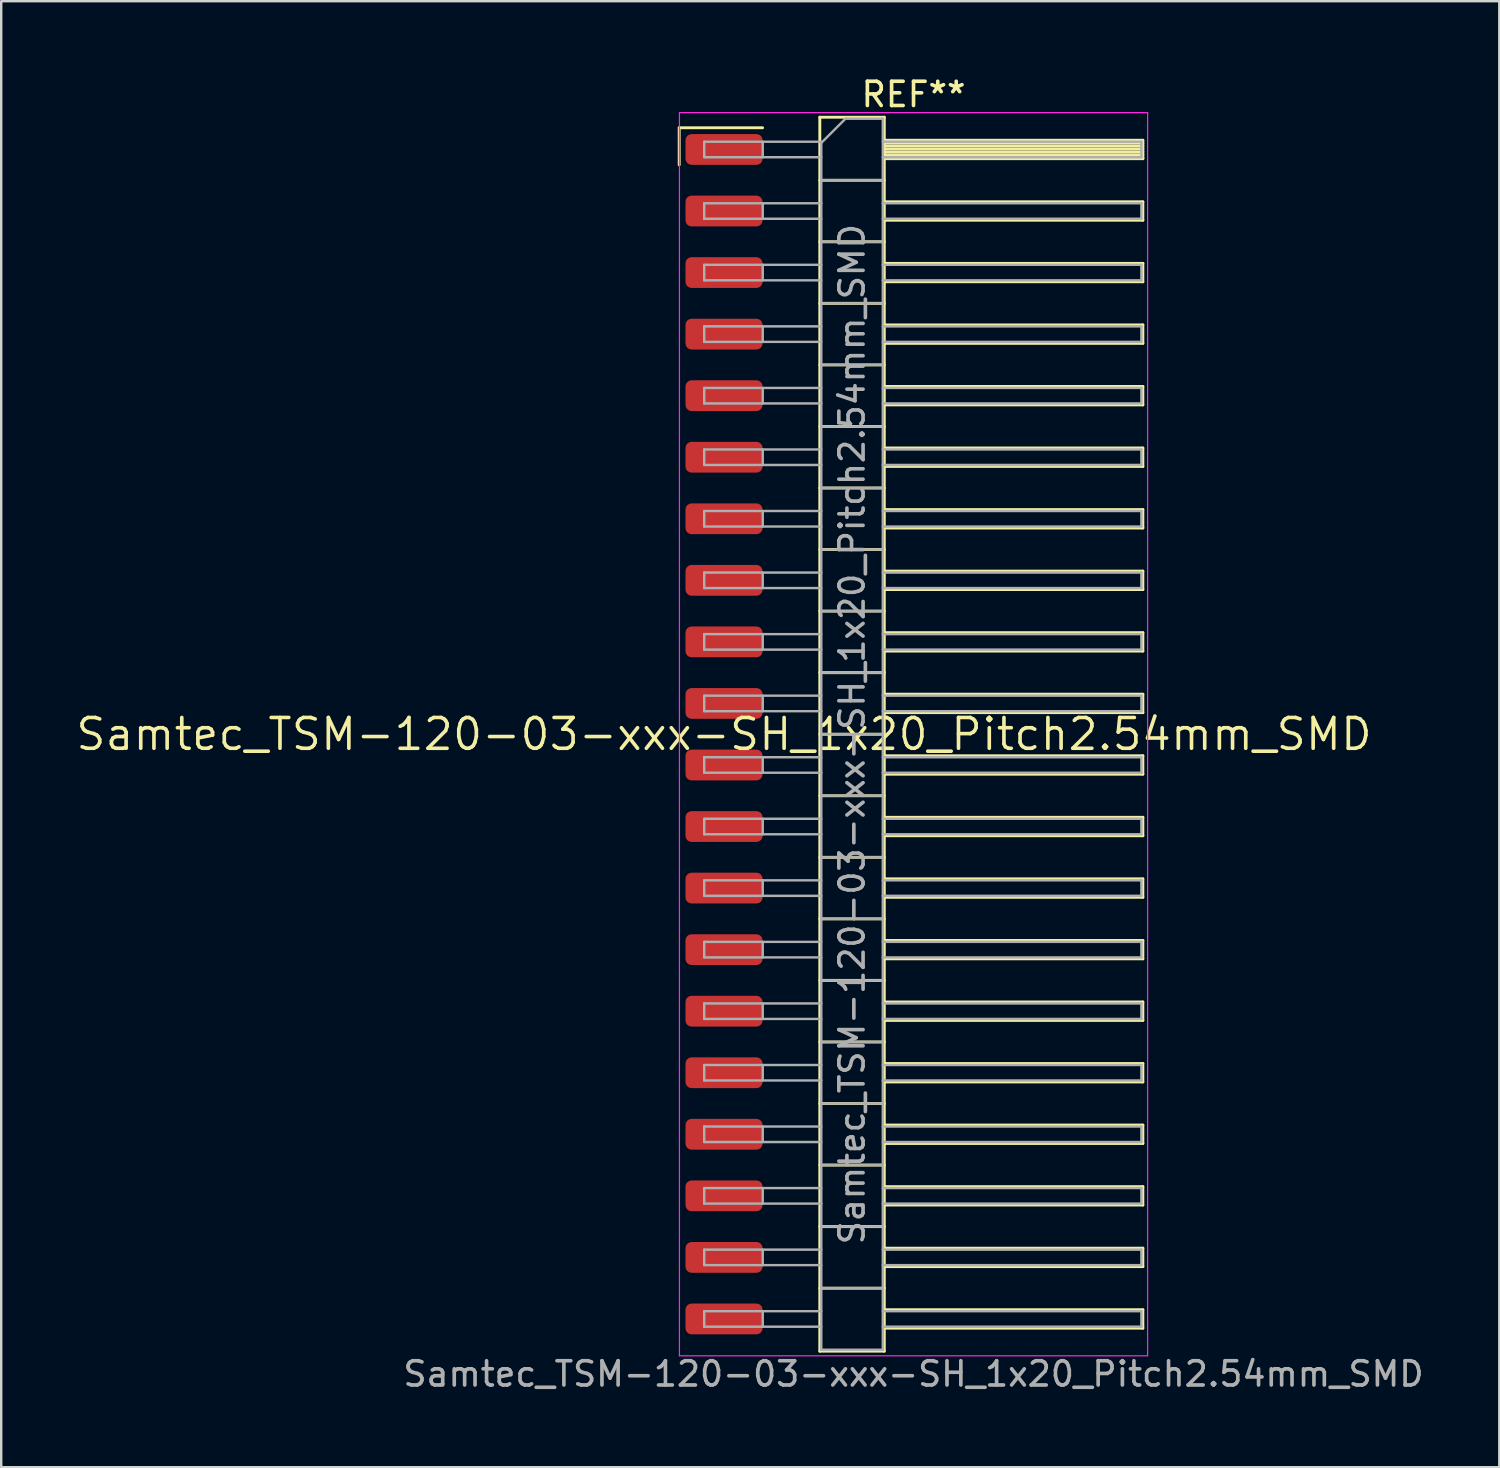
<source format=kicad_pcb>
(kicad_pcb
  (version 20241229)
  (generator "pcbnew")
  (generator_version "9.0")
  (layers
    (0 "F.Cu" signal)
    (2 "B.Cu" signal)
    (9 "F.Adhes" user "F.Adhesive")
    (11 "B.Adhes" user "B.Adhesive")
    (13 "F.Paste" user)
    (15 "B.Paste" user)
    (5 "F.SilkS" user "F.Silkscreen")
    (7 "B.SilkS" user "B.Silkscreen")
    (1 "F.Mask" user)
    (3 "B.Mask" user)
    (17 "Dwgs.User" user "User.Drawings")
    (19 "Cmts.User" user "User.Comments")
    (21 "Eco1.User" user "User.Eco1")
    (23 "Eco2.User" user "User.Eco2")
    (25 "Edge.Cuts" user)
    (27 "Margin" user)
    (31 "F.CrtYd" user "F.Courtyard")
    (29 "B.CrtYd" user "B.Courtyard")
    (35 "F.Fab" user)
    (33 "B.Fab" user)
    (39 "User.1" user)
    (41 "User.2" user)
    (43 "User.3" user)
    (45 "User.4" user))
  (footprint "Samtec_TSM-120-03-xxx-SH_1x20_Pitch2.54mm_SMD"
    (layer "F.Cu")
    (at 26.828 27.248)
    (property "Reference" "Samtec_TSM-120-03-xxx-SH_1x20_Pitch2.54mm_SMD" (at 0 0 0) (layer "F.SilkS") (effects (font (size 1.27 1.27) (thickness 0.15))))
    (attr smd)
    (fp_line (start -1.85 -25.025) (end 1.59 -25.025) (stroke (width 0.12) (type solid)) (layer "F.SilkS"))
    (fp_line (start -1.85 -23.495) (end -1.85 -25.025) (stroke (width 0.12) (type solid)) (layer "F.SilkS"))
    (fp_line (start 3.953 -25.46) (end 6.613 -25.46) (stroke (width 0.12) (type solid)) (layer "F.SilkS"))
    (fp_line (start 3.953 -22.86) (end 6.613 -22.86) (stroke (width 0.12) (type solid)) (layer "F.SilkS"))
    (fp_line (start 3.953 -20.32) (end 6.613 -20.32) (stroke (width 0.12) (type solid)) (layer "F.SilkS"))
    (fp_line (start 3.953 -17.78) (end 6.613 -17.78) (stroke (width 0.12) (type solid)) (layer "F.SilkS"))
    (fp_line (start 3.953 -15.24) (end 6.613 -15.24) (stroke (width 0.12) (type solid)) (layer "F.SilkS"))
    (fp_line (start 3.953 -12.7) (end 6.613 -12.7) (stroke (width 0.12) (type solid)) (layer "F.SilkS"))
    (fp_line (start 3.953 -10.16) (end 6.613 -10.16) (stroke (width 0.12) (type solid)) (layer "F.SilkS"))
    (fp_line (start 3.953 -7.62) (end 6.613 -7.62) (stroke (width 0.12) (type solid)) (layer "F.SilkS"))
    (fp_line (start 3.953 -5.08) (end 6.613 -5.08) (stroke (width 0.12) (type solid)) (layer "F.SilkS"))
    (fp_line (start 3.953 -2.54) (end 6.613 -2.54) (stroke (width 0.12) (type solid)) (layer "F.SilkS"))
    (fp_line (start 3.953 0) (end 6.613 0) (stroke (width 0.12) (type solid)) (layer "F.SilkS"))
    (fp_line (start 3.953 2.54) (end 6.613 2.54) (stroke (width 0.12) (type solid)) (layer "F.SilkS"))
    (fp_line (start 3.953 5.08) (end 6.613 5.08) (stroke (width 0.12) (type solid)) (layer "F.SilkS"))
    (fp_line (start 3.953 7.62) (end 6.613 7.62) (stroke (width 0.12) (type solid)) (layer "F.SilkS"))
    (fp_line (start 3.953 10.16) (end 6.613 10.16) (stroke (width 0.12) (type solid)) (layer "F.SilkS"))
    (fp_line (start 3.953 12.7) (end 6.613 12.7) (stroke (width 0.12) (type solid)) (layer "F.SilkS"))
    (fp_line (start 3.953 15.24) (end 6.613 15.24) (stroke (width 0.12) (type solid)) (layer "F.SilkS"))
    (fp_line (start 3.953 17.78) (end 6.613 17.78) (stroke (width 0.12) (type solid)) (layer "F.SilkS"))
    (fp_line (start 3.953 20.32) (end 6.613 20.32) (stroke (width 0.12) (type solid)) (layer "F.SilkS"))
    (fp_line (start 3.953 22.86) (end 6.613 22.86) (stroke (width 0.12) (type solid)) (layer "F.SilkS"))
    (fp_line (start 3.953 25.46) (end 3.953 -25.46) (stroke (width 0.12) (type solid)) (layer "F.SilkS"))
    (fp_line (start 6.613 -25.46) (end 6.613 25.46) (stroke (width 0.12) (type solid)) (layer "F.SilkS"))
    (fp_line (start 6.613 -24.51) (end 17.283 -24.51) (stroke (width 0.12) (type solid)) (layer "F.SilkS"))
    (fp_line (start 6.613 -24.39) (end 17.283 -24.39) (stroke (width 0.12) (type solid)) (layer "F.SilkS"))
    (fp_line (start 6.613 -24.27) (end 17.283 -24.27) (stroke (width 0.12) (type solid)) (layer "F.SilkS"))
    (fp_line (start 6.613 -24.15) (end 17.283 -24.15) (stroke (width 0.12) (type solid)) (layer "F.SilkS"))
    (fp_line (start 6.613 -24.03) (end 17.283 -24.03) (stroke (width 0.12) (type solid)) (layer "F.SilkS"))
    (fp_line (start 6.613 -23.91) (end 17.283 -23.91) (stroke (width 0.12) (type solid)) (layer "F.SilkS"))
    (fp_line (start 6.613 -23.79) (end 17.283 -23.79) (stroke (width 0.12) (type solid)) (layer "F.SilkS"))
    (fp_line (start 6.613 -23.75) (end 17.283 -23.75) (stroke (width 0.12) (type solid)) (layer "F.SilkS"))
    (fp_line (start 6.613 -21.97) (end 17.283 -21.97) (stroke (width 0.12) (type solid)) (layer "F.SilkS"))
    (fp_line (start 6.613 -21.21) (end 17.283 -21.21) (stroke (width 0.12) (type solid)) (layer "F.SilkS"))
    (fp_line (start 6.613 -19.43) (end 17.283 -19.43) (stroke (width 0.12) (type solid)) (layer "F.SilkS"))
    (fp_line (start 6.613 -18.67) (end 17.283 -18.67) (stroke (width 0.12) (type solid)) (layer "F.SilkS"))
    (fp_line (start 6.613 -16.89) (end 17.283 -16.89) (stroke (width 0.12) (type solid)) (layer "F.SilkS"))
    (fp_line (start 6.613 -16.13) (end 17.283 -16.13) (stroke (width 0.12) (type solid)) (layer "F.SilkS"))
    (fp_line (start 6.613 -14.35) (end 17.283 -14.35) (stroke (width 0.12) (type solid)) (layer "F.SilkS"))
    (fp_line (start 6.613 -13.59) (end 17.283 -13.59) (stroke (width 0.12) (type solid)) (layer "F.SilkS"))
    (fp_line (start 6.613 -11.81) (end 17.283 -11.81) (stroke (width 0.12) (type solid)) (layer "F.SilkS"))
    (fp_line (start 6.613 -11.05) (end 17.283 -11.05) (stroke (width 0.12) (type solid)) (layer "F.SilkS"))
    (fp_line (start 6.613 -9.27) (end 17.283 -9.27) (stroke (width 0.12) (type solid)) (layer "F.SilkS"))
    (fp_line (start 6.613 -8.51) (end 17.283 -8.51) (stroke (width 0.12) (type solid)) (layer "F.SilkS"))
    (fp_line (start 6.613 -6.73) (end 17.283 -6.73) (stroke (width 0.12) (type solid)) (layer "F.SilkS"))
    (fp_line (start 6.613 -5.97) (end 17.283 -5.97) (stroke (width 0.12) (type solid)) (layer "F.SilkS"))
    (fp_line (start 6.613 -4.19) (end 17.283 -4.19) (stroke (width 0.12) (type solid)) (layer "F.SilkS"))
    (fp_line (start 6.613 -3.43) (end 17.283 -3.43) (stroke (width 0.12) (type solid)) (layer "F.SilkS"))
    (fp_line (start 6.613 -1.65) (end 17.283 -1.65) (stroke (width 0.12) (type solid)) (layer "F.SilkS"))
    (fp_line (start 6.613 -0.89) (end 17.283 -0.89) (stroke (width 0.12) (type solid)) (layer "F.SilkS"))
    (fp_line (start 6.613 0.89) (end 17.283 0.89) (stroke (width 0.12) (type solid)) (layer "F.SilkS"))
    (fp_line (start 6.613 1.65) (end 17.283 1.65) (stroke (width 0.12) (type solid)) (layer "F.SilkS"))
    (fp_line (start 6.613 3.43) (end 17.283 3.43) (stroke (width 0.12) (type solid)) (layer "F.SilkS"))
    (fp_line (start 6.613 4.19) (end 17.283 4.19) (stroke (width 0.12) (type solid)) (layer "F.SilkS"))
    (fp_line (start 6.613 5.97) (end 17.283 5.97) (stroke (width 0.12) (type solid)) (layer "F.SilkS"))
    (fp_line (start 6.613 6.73) (end 17.283 6.73) (stroke (width 0.12) (type solid)) (layer "F.SilkS"))
    (fp_line (start 6.613 8.51) (end 17.283 8.51) (stroke (width 0.12) (type solid)) (layer "F.SilkS"))
    (fp_line (start 6.613 9.27) (end 17.283 9.27) (stroke (width 0.12) (type solid)) (layer "F.SilkS"))
    (fp_line (start 6.613 11.05) (end 17.283 11.05) (stroke (width 0.12) (type solid)) (layer "F.SilkS"))
    (fp_line (start 6.613 11.81) (end 17.283 11.81) (stroke (width 0.12) (type solid)) (layer "F.SilkS"))
    (fp_line (start 6.613 13.59) (end 17.283 13.59) (stroke (width 0.12) (type solid)) (layer "F.SilkS"))
    (fp_line (start 6.613 14.35) (end 17.283 14.35) (stroke (width 0.12) (type solid)) (layer "F.SilkS"))
    (fp_line (start 6.613 16.13) (end 17.283 16.13) (stroke (width 0.12) (type solid)) (layer "F.SilkS"))
    (fp_line (start 6.613 16.89) (end 17.283 16.89) (stroke (width 0.12) (type solid)) (layer "F.SilkS"))
    (fp_line (start 6.613 18.67) (end 17.283 18.67) (stroke (width 0.12) (type solid)) (layer "F.SilkS"))
    (fp_line (start 6.613 19.43) (end 17.283 19.43) (stroke (width 0.12) (type solid)) (layer "F.SilkS"))
    (fp_line (start 6.613 21.21) (end 17.283 21.21) (stroke (width 0.12) (type solid)) (layer "F.SilkS"))
    (fp_line (start 6.613 21.97) (end 17.283 21.97) (stroke (width 0.12) (type solid)) (layer "F.SilkS"))
    (fp_line (start 6.613 23.75) (end 17.283 23.75) (stroke (width 0.12) (type solid)) (layer "F.SilkS"))
    (fp_line (start 6.613 24.51) (end 17.283 24.51) (stroke (width 0.12) (type solid)) (layer "F.SilkS"))
    (fp_line (start 6.613 25.46) (end 3.953 25.46) (stroke (width 0.12) (type solid)) (layer "F.SilkS"))
    (fp_line (start 17.283 -24.51) (end 17.283 -23.75) (stroke (width 0.12) (type solid)) (layer "F.SilkS"))
    (fp_line (start 17.283 -21.97) (end 17.283 -21.21) (stroke (width 0.12) (type solid)) (layer "F.SilkS"))
    (fp_line (start 17.283 -19.43) (end 17.283 -18.67) (stroke (width 0.12) (type solid)) (layer "F.SilkS"))
    (fp_line (start 17.283 -16.89) (end 17.283 -16.13) (stroke (width 0.12) (type solid)) (layer "F.SilkS"))
    (fp_line (start 17.283 -14.35) (end 17.283 -13.59) (stroke (width 0.12) (type solid)) (layer "F.SilkS"))
    (fp_line (start 17.283 -11.81) (end 17.283 -11.05) (stroke (width 0.12) (type solid)) (layer "F.SilkS"))
    (fp_line (start 17.283 -9.27) (end 17.283 -8.51) (stroke (width 0.12) (type solid)) (layer "F.SilkS"))
    (fp_line (start 17.283 -6.73) (end 17.283 -5.97) (stroke (width 0.12) (type solid)) (layer "F.SilkS"))
    (fp_line (start 17.283 -4.19) (end 17.283 -3.43) (stroke (width 0.12) (type solid)) (layer "F.SilkS"))
    (fp_line (start 17.283 -1.65) (end 17.283 -0.89) (stroke (width 0.12) (type solid)) (layer "F.SilkS"))
    (fp_line (start 17.283 0.89) (end 17.283 1.65) (stroke (width 0.12) (type solid)) (layer "F.SilkS"))
    (fp_line (start 17.283 3.43) (end 17.283 4.19) (stroke (width 0.12) (type solid)) (layer "F.SilkS"))
    (fp_line (start 17.283 5.97) (end 17.283 6.73) (stroke (width 0.12) (type solid)) (layer "F.SilkS"))
    (fp_line (start 17.283 8.51) (end 17.283 9.27) (stroke (width 0.12) (type solid)) (layer "F.SilkS"))
    (fp_line (start 17.283 11.05) (end 17.283 11.81) (stroke (width 0.12) (type solid)) (layer "F.SilkS"))
    (fp_line (start 17.283 13.59) (end 17.283 14.35) (stroke (width 0.12) (type solid)) (layer "F.SilkS"))
    (fp_line (start 17.283 16.13) (end 17.283 16.89) (stroke (width 0.12) (type solid)) (layer "F.SilkS"))
    (fp_line (start 17.283 18.67) (end 17.283 19.43) (stroke (width 0.12) (type solid)) (layer "F.SilkS"))
    (fp_line (start 17.283 21.21) (end 17.283 21.97) (stroke (width 0.12) (type solid)) (layer "F.SilkS"))
    (fp_line (start 17.283 23.75) (end 17.283 24.51) (stroke (width 0.12) (type solid)) (layer "F.SilkS"))
    (fp_line (start -1.84 -25.65) (end 17.48 -25.65) (stroke (width 0.05) (type solid)) (layer "F.CrtYd"))
    (fp_line (start -1.84 25.65) (end -1.84 -25.65) (stroke (width 0.05) (type solid)) (layer "F.CrtYd"))
    (fp_line (start 17.48 -25.65) (end 17.48 25.65) (stroke (width 0.05) (type solid)) (layer "F.CrtYd"))
    (fp_line (start 17.48 25.65) (end -1.84 25.65) (stroke (width 0.05) (type solid)) (layer "F.CrtYd"))
    (fp_line (start -0.817 -24.45) (end -0.817 -23.81) (stroke (width 0.1) (type solid)) (layer "F.Fab"))
    (fp_line (start -0.817 -24.45) (end 4.013 -24.45) (stroke (width 0.1) (type solid)) (layer "F.Fab"))
    (fp_line (start -0.817 -23.81) (end 4.013 -23.81) (stroke (width 0.1) (type solid)) (layer "F.Fab"))
    (fp_line (start -0.817 -21.91) (end -0.817 -21.27) (stroke (width 0.1) (type solid)) (layer "F.Fab"))
    (fp_line (start -0.817 -21.91) (end 4.013 -21.91) (stroke (width 0.1) (type solid)) (layer "F.Fab"))
    (fp_line (start -0.817 -21.27) (end 4.013 -21.27) (stroke (width 0.1) (type solid)) (layer "F.Fab"))
    (fp_line (start -0.817 -19.37) (end -0.817 -18.73) (stroke (width 0.1) (type solid)) (layer "F.Fab"))
    (fp_line (start -0.817 -19.37) (end 4.013 -19.37) (stroke (width 0.1) (type solid)) (layer "F.Fab"))
    (fp_line (start -0.817 -18.73) (end 4.013 -18.73) (stroke (width 0.1) (type solid)) (layer "F.Fab"))
    (fp_line (start -0.817 -16.83) (end -0.817 -16.19) (stroke (width 0.1) (type solid)) (layer "F.Fab"))
    (fp_line (start -0.817 -16.83) (end 4.013 -16.83) (stroke (width 0.1) (type solid)) (layer "F.Fab"))
    (fp_line (start -0.817 -16.19) (end 4.013 -16.19) (stroke (width 0.1) (type solid)) (layer "F.Fab"))
    (fp_line (start -0.817 -14.29) (end -0.817 -13.65) (stroke (width 0.1) (type solid)) (layer "F.Fab"))
    (fp_line (start -0.817 -14.29) (end 4.013 -14.29) (stroke (width 0.1) (type solid)) (layer "F.Fab"))
    (fp_line (start -0.817 -13.65) (end 4.013 -13.65) (stroke (width 0.1) (type solid)) (layer "F.Fab"))
    (fp_line (start -0.817 -11.75) (end -0.817 -11.11) (stroke (width 0.1) (type solid)) (layer "F.Fab"))
    (fp_line (start -0.817 -11.75) (end 4.013 -11.75) (stroke (width 0.1) (type solid)) (layer "F.Fab"))
    (fp_line (start -0.817 -11.11) (end 4.013 -11.11) (stroke (width 0.1) (type solid)) (layer "F.Fab"))
    (fp_line (start -0.817 -9.21) (end -0.817 -8.57) (stroke (width 0.1) (type solid)) (layer "F.Fab"))
    (fp_line (start -0.817 -9.21) (end 4.013 -9.21) (stroke (width 0.1) (type solid)) (layer "F.Fab"))
    (fp_line (start -0.817 -8.57) (end 4.013 -8.57) (stroke (width 0.1) (type solid)) (layer "F.Fab"))
    (fp_line (start -0.817 -6.67) (end -0.817 -6.03) (stroke (width 0.1) (type solid)) (layer "F.Fab"))
    (fp_line (start -0.817 -6.67) (end 4.013 -6.67) (stroke (width 0.1) (type solid)) (layer "F.Fab"))
    (fp_line (start -0.817 -6.03) (end 4.013 -6.03) (stroke (width 0.1) (type solid)) (layer "F.Fab"))
    (fp_line (start -0.817 -4.13) (end -0.817 -3.49) (stroke (width 0.1) (type solid)) (layer "F.Fab"))
    (fp_line (start -0.817 -4.13) (end 4.013 -4.13) (stroke (width 0.1) (type solid)) (layer "F.Fab"))
    (fp_line (start -0.817 -3.49) (end 4.013 -3.49) (stroke (width 0.1) (type solid)) (layer "F.Fab"))
    (fp_line (start -0.817 -1.59) (end -0.817 -0.95) (stroke (width 0.1) (type solid)) (layer "F.Fab"))
    (fp_line (start -0.817 -1.59) (end 4.013 -1.59) (stroke (width 0.1) (type solid)) (layer "F.Fab"))
    (fp_line (start -0.817 -0.95) (end 4.013 -0.95) (stroke (width 0.1) (type solid)) (layer "F.Fab"))
    (fp_line (start -0.817 0.95) (end -0.817 1.59) (stroke (width 0.1) (type solid)) (layer "F.Fab"))
    (fp_line (start -0.817 0.95) (end 4.013 0.95) (stroke (width 0.1) (type solid)) (layer "F.Fab"))
    (fp_line (start -0.817 1.59) (end 4.013 1.59) (stroke (width 0.1) (type solid)) (layer "F.Fab"))
    (fp_line (start -0.817 3.49) (end -0.817 4.13) (stroke (width 0.1) (type solid)) (layer "F.Fab"))
    (fp_line (start -0.817 3.49) (end 4.013 3.49) (stroke (width 0.1) (type solid)) (layer "F.Fab"))
    (fp_line (start -0.817 4.13) (end 4.013 4.13) (stroke (width 0.1) (type solid)) (layer "F.Fab"))
    (fp_line (start -0.817 6.03) (end -0.817 6.67) (stroke (width 0.1) (type solid)) (layer "F.Fab"))
    (fp_line (start -0.817 6.03) (end 4.013 6.03) (stroke (width 0.1) (type solid)) (layer "F.Fab"))
    (fp_line (start -0.817 6.67) (end 4.013 6.67) (stroke (width 0.1) (type solid)) (layer "F.Fab"))
    (fp_line (start -0.817 8.57) (end -0.817 9.21) (stroke (width 0.1) (type solid)) (layer "F.Fab"))
    (fp_line (start -0.817 8.57) (end 4.013 8.57) (stroke (width 0.1) (type solid)) (layer "F.Fab"))
    (fp_line (start -0.817 9.21) (end 4.013 9.21) (stroke (width 0.1) (type solid)) (layer "F.Fab"))
    (fp_line (start -0.817 11.11) (end -0.817 11.75) (stroke (width 0.1) (type solid)) (layer "F.Fab"))
    (fp_line (start -0.817 11.11) (end 4.013 11.11) (stroke (width 0.1) (type solid)) (layer "F.Fab"))
    (fp_line (start -0.817 11.75) (end 4.013 11.75) (stroke (width 0.1) (type solid)) (layer "F.Fab"))
    (fp_line (start -0.817 13.65) (end -0.817 14.29) (stroke (width 0.1) (type solid)) (layer "F.Fab"))
    (fp_line (start -0.817 13.65) (end 4.013 13.65) (stroke (width 0.1) (type solid)) (layer "F.Fab"))
    (fp_line (start -0.817 14.29) (end 4.013 14.29) (stroke (width 0.1) (type solid)) (layer "F.Fab"))
    (fp_line (start -0.817 16.19) (end -0.817 16.83) (stroke (width 0.1) (type solid)) (layer "F.Fab"))
    (fp_line (start -0.817 16.19) (end 4.013 16.19) (stroke (width 0.1) (type solid)) (layer "F.Fab"))
    (fp_line (start -0.817 16.83) (end 4.013 16.83) (stroke (width 0.1) (type solid)) (layer "F.Fab"))
    (fp_line (start -0.817 18.73) (end -0.817 19.37) (stroke (width 0.1) (type solid)) (layer "F.Fab"))
    (fp_line (start -0.817 18.73) (end 4.013 18.73) (stroke (width 0.1) (type solid)) (layer "F.Fab"))
    (fp_line (start -0.817 19.37) (end 4.013 19.37) (stroke (width 0.1) (type solid)) (layer "F.Fab"))
    (fp_line (start -0.817 21.27) (end -0.817 21.91) (stroke (width 0.1) (type solid)) (layer "F.Fab"))
    (fp_line (start -0.817 21.27) (end 4.013 21.27) (stroke (width 0.1) (type solid)) (layer "F.Fab"))
    (fp_line (start -0.817 21.91) (end 4.013 21.91) (stroke (width 0.1) (type solid)) (layer "F.Fab"))
    (fp_line (start -0.817 23.81) (end -0.817 24.45) (stroke (width 0.1) (type solid)) (layer "F.Fab"))
    (fp_line (start -0.817 23.81) (end 4.013 23.81) (stroke (width 0.1) (type solid)) (layer "F.Fab"))
    (fp_line (start -0.817 24.45) (end 4.013 24.45) (stroke (width 0.1) (type solid)) (layer "F.Fab"))
    (fp_line (start 1.598 -24.45) (end 1.598 -23.81) (stroke (width 0.1) (type solid)) (layer "F.Fab"))
    (fp_line (start 1.598 -21.91) (end 1.598 -21.27) (stroke (width 0.1) (type solid)) (layer "F.Fab"))
    (fp_line (start 1.598 -19.37) (end 1.598 -18.73) (stroke (width 0.1) (type solid)) (layer "F.Fab"))
    (fp_line (start 1.598 -16.83) (end 1.598 -16.19) (stroke (width 0.1) (type solid)) (layer "F.Fab"))
    (fp_line (start 1.598 -14.29) (end 1.598 -13.65) (stroke (width 0.1) (type solid)) (layer "F.Fab"))
    (fp_line (start 1.598 -11.75) (end 1.598 -11.11) (stroke (width 0.1) (type solid)) (layer "F.Fab"))
    (fp_line (start 1.598 -9.21) (end 1.598 -8.57) (stroke (width 0.1) (type solid)) (layer "F.Fab"))
    (fp_line (start 1.598 -6.67) (end 1.598 -6.03) (stroke (width 0.1) (type solid)) (layer "F.Fab"))
    (fp_line (start 1.598 -4.13) (end 1.598 -3.49) (stroke (width 0.1) (type solid)) (layer "F.Fab"))
    (fp_line (start 1.598 -1.59) (end 1.598 -0.95) (stroke (width 0.1) (type solid)) (layer "F.Fab"))
    (fp_line (start 1.598 0.95) (end 1.598 1.59) (stroke (width 0.1) (type solid)) (layer "F.Fab"))
    (fp_line (start 1.598 3.49) (end 1.598 4.13) (stroke (width 0.1) (type solid)) (layer "F.Fab"))
    (fp_line (start 1.598 6.03) (end 1.598 6.67) (stroke (width 0.1) (type solid)) (layer "F.Fab"))
    (fp_line (start 1.598 8.57) (end 1.598 9.21) (stroke (width 0.1) (type solid)) (layer "F.Fab"))
    (fp_line (start 1.598 11.11) (end 1.598 11.75) (stroke (width 0.1) (type solid)) (layer "F.Fab"))
    (fp_line (start 1.598 13.65) (end 1.598 14.29) (stroke (width 0.1) (type solid)) (layer "F.Fab"))
    (fp_line (start 1.598 16.19) (end 1.598 16.83) (stroke (width 0.1) (type solid)) (layer "F.Fab"))
    (fp_line (start 1.598 18.73) (end 1.598 19.37) (stroke (width 0.1) (type solid)) (layer "F.Fab"))
    (fp_line (start 1.598 21.27) (end 1.598 21.91) (stroke (width 0.1) (type solid)) (layer "F.Fab"))
    (fp_line (start 1.598 23.81) (end 1.598 24.45) (stroke (width 0.1) (type solid)) (layer "F.Fab"))
    (fp_line (start 4.013 -24.4) (end 5.013 -25.4) (stroke (width 0.1) (type solid)) (layer "F.Fab"))
    (fp_line (start 4.013 -22.86) (end 6.553 -22.86) (stroke (width 0.1) (type solid)) (layer "F.Fab"))
    (fp_line (start 4.013 -20.32) (end 6.553 -20.32) (stroke (width 0.1) (type solid)) (layer "F.Fab"))
    (fp_line (start 4.013 -17.78) (end 6.553 -17.78) (stroke (width 0.1) (type solid)) (layer "F.Fab"))
    (fp_line (start 4.013 -15.24) (end 6.553 -15.24) (stroke (width 0.1) (type solid)) (layer "F.Fab"))
    (fp_line (start 4.013 -12.7) (end 6.553 -12.7) (stroke (width 0.1) (type solid)) (layer "F.Fab"))
    (fp_line (start 4.013 -10.16) (end 6.553 -10.16) (stroke (width 0.1) (type solid)) (layer "F.Fab"))
    (fp_line (start 4.013 -7.62) (end 6.553 -7.62) (stroke (width 0.1) (type solid)) (layer "F.Fab"))
    (fp_line (start 4.013 -5.08) (end 6.553 -5.08) (stroke (width 0.1) (type solid)) (layer "F.Fab"))
    (fp_line (start 4.013 -2.54) (end 6.553 -2.54) (stroke (width 0.1) (type solid)) (layer "F.Fab"))
    (fp_line (start 4.013 0) (end 6.553 0) (stroke (width 0.1) (type solid)) (layer "F.Fab"))
    (fp_line (start 4.013 2.54) (end 6.553 2.54) (stroke (width 0.1) (type solid)) (layer "F.Fab"))
    (fp_line (start 4.013 5.08) (end 6.553 5.08) (stroke (width 0.1) (type solid)) (layer "F.Fab"))
    (fp_line (start 4.013 7.62) (end 6.553 7.62) (stroke (width 0.1) (type solid)) (layer "F.Fab"))
    (fp_line (start 4.013 10.16) (end 6.553 10.16) (stroke (width 0.1) (type solid)) (layer "F.Fab"))
    (fp_line (start 4.013 12.7) (end 6.553 12.7) (stroke (width 0.1) (type solid)) (layer "F.Fab"))
    (fp_line (start 4.013 15.24) (end 6.553 15.24) (stroke (width 0.1) (type solid)) (layer "F.Fab"))
    (fp_line (start 4.013 17.78) (end 6.553 17.78) (stroke (width 0.1) (type solid)) (layer "F.Fab"))
    (fp_line (start 4.013 20.32) (end 6.553 20.32) (stroke (width 0.1) (type solid)) (layer "F.Fab"))
    (fp_line (start 4.013 22.86) (end 6.553 22.86) (stroke (width 0.1) (type solid)) (layer "F.Fab"))
    (fp_line (start 4.013 25.4) (end 4.013 -24.4) (stroke (width 0.1) (type solid)) (layer "F.Fab"))
    (fp_line (start 5.013 -25.4) (end 6.553 -25.4) (stroke (width 0.1) (type solid)) (layer "F.Fab"))
    (fp_line (start 6.553 -25.4) (end 6.553 25.4) (stroke (width 0.1) (type solid)) (layer "F.Fab"))
    (fp_line (start 6.553 -24.45) (end 17.223 -24.45) (stroke (width 0.1) (type solid)) (layer "F.Fab"))
    (fp_line (start 6.553 -23.81) (end 17.223 -23.81) (stroke (width 0.1) (type solid)) (layer "F.Fab"))
    (fp_line (start 6.553 -21.91) (end 17.223 -21.91) (stroke (width 0.1) (type solid)) (layer "F.Fab"))
    (fp_line (start 6.553 -21.27) (end 17.223 -21.27) (stroke (width 0.1) (type solid)) (layer "F.Fab"))
    (fp_line (start 6.553 -19.37) (end 17.223 -19.37) (stroke (width 0.1) (type solid)) (layer "F.Fab"))
    (fp_line (start 6.553 -18.73) (end 17.223 -18.73) (stroke (width 0.1) (type solid)) (layer "F.Fab"))
    (fp_line (start 6.553 -16.83) (end 17.223 -16.83) (stroke (width 0.1) (type solid)) (layer "F.Fab"))
    (fp_line (start 6.553 -16.19) (end 17.223 -16.19) (stroke (width 0.1) (type solid)) (layer "F.Fab"))
    (fp_line (start 6.553 -14.29) (end 17.223 -14.29) (stroke (width 0.1) (type solid)) (layer "F.Fab"))
    (fp_line (start 6.553 -13.65) (end 17.223 -13.65) (stroke (width 0.1) (type solid)) (layer "F.Fab"))
    (fp_line (start 6.553 -11.75) (end 17.223 -11.75) (stroke (width 0.1) (type solid)) (layer "F.Fab"))
    (fp_line (start 6.553 -11.11) (end 17.223 -11.11) (stroke (width 0.1) (type solid)) (layer "F.Fab"))
    (fp_line (start 6.553 -9.21) (end 17.223 -9.21) (stroke (width 0.1) (type solid)) (layer "F.Fab"))
    (fp_line (start 6.553 -8.57) (end 17.223 -8.57) (stroke (width 0.1) (type solid)) (layer "F.Fab"))
    (fp_line (start 6.553 -6.67) (end 17.223 -6.67) (stroke (width 0.1) (type solid)) (layer "F.Fab"))
    (fp_line (start 6.553 -6.03) (end 17.223 -6.03) (stroke (width 0.1) (type solid)) (layer "F.Fab"))
    (fp_line (start 6.553 -4.13) (end 17.223 -4.13) (stroke (width 0.1) (type solid)) (layer "F.Fab"))
    (fp_line (start 6.553 -3.49) (end 17.223 -3.49) (stroke (width 0.1) (type solid)) (layer "F.Fab"))
    (fp_line (start 6.553 -1.59) (end 17.223 -1.59) (stroke (width 0.1) (type solid)) (layer "F.Fab"))
    (fp_line (start 6.553 -0.95) (end 17.223 -0.95) (stroke (width 0.1) (type solid)) (layer "F.Fab"))
    (fp_line (start 6.553 0.95) (end 17.223 0.95) (stroke (width 0.1) (type solid)) (layer "F.Fab"))
    (fp_line (start 6.553 1.59) (end 17.223 1.59) (stroke (width 0.1) (type solid)) (layer "F.Fab"))
    (fp_line (start 6.553 3.49) (end 17.223 3.49) (stroke (width 0.1) (type solid)) (layer "F.Fab"))
    (fp_line (start 6.553 4.13) (end 17.223 4.13) (stroke (width 0.1) (type solid)) (layer "F.Fab"))
    (fp_line (start 6.553 6.03) (end 17.223 6.03) (stroke (width 0.1) (type solid)) (layer "F.Fab"))
    (fp_line (start 6.553 6.67) (end 17.223 6.67) (stroke (width 0.1) (type solid)) (layer "F.Fab"))
    (fp_line (start 6.553 8.57) (end 17.223 8.57) (stroke (width 0.1) (type solid)) (layer "F.Fab"))
    (fp_line (start 6.553 9.21) (end 17.223 9.21) (stroke (width 0.1) (type solid)) (layer "F.Fab"))
    (fp_line (start 6.553 11.11) (end 17.223 11.11) (stroke (width 0.1) (type solid)) (layer "F.Fab"))
    (fp_line (start 6.553 11.75) (end 17.223 11.75) (stroke (width 0.1) (type solid)) (layer "F.Fab"))
    (fp_line (start 6.553 13.65) (end 17.223 13.65) (stroke (width 0.1) (type solid)) (layer "F.Fab"))
    (fp_line (start 6.553 14.29) (end 17.223 14.29) (stroke (width 0.1) (type solid)) (layer "F.Fab"))
    (fp_line (start 6.553 16.19) (end 17.223 16.19) (stroke (width 0.1) (type solid)) (layer "F.Fab"))
    (fp_line (start 6.553 16.83) (end 17.223 16.83) (stroke (width 0.1) (type solid)) (layer "F.Fab"))
    (fp_line (start 6.553 18.73) (end 17.223 18.73) (stroke (width 0.1) (type solid)) (layer "F.Fab"))
    (fp_line (start 6.553 19.37) (end 17.223 19.37) (stroke (width 0.1) (type solid)) (layer "F.Fab"))
    (fp_line (start 6.553 21.27) (end 17.223 21.27) (stroke (width 0.1) (type solid)) (layer "F.Fab"))
    (fp_line (start 6.553 21.91) (end 17.223 21.91) (stroke (width 0.1) (type solid)) (layer "F.Fab"))
    (fp_line (start 6.553 23.81) (end 17.223 23.81) (stroke (width 0.1) (type solid)) (layer "F.Fab"))
    (fp_line (start 6.553 24.45) (end 17.223 24.45) (stroke (width 0.1) (type solid)) (layer "F.Fab"))
    (fp_line (start 6.553 25.4) (end 4.013 25.4) (stroke (width 0.1) (type solid)) (layer "F.Fab"))
    (fp_line (start 17.223 -24.45) (end 17.223 -23.81) (stroke (width 0.1) (type solid)) (layer "F.Fab"))
    (fp_line (start 17.223 -21.91) (end 17.223 -21.27) (stroke (width 0.1) (type solid)) (layer "F.Fab"))
    (fp_line (start 17.223 -19.37) (end 17.223 -18.73) (stroke (width 0.1) (type solid)) (layer "F.Fab"))
    (fp_line (start 17.223 -16.83) (end 17.223 -16.19) (stroke (width 0.1) (type solid)) (layer "F.Fab"))
    (fp_line (start 17.223 -14.29) (end 17.223 -13.65) (stroke (width 0.1) (type solid)) (layer "F.Fab"))
    (fp_line (start 17.223 -11.75) (end 17.223 -11.11) (stroke (width 0.1) (type solid)) (layer "F.Fab"))
    (fp_line (start 17.223 -9.21) (end 17.223 -8.57) (stroke (width 0.1) (type solid)) (layer "F.Fab"))
    (fp_line (start 17.223 -6.67) (end 17.223 -6.03) (stroke (width 0.1) (type solid)) (layer "F.Fab"))
    (fp_line (start 17.223 -4.13) (end 17.223 -3.49) (stroke (width 0.1) (type solid)) (layer "F.Fab"))
    (fp_line (start 17.223 -1.59) (end 17.223 -0.95) (stroke (width 0.1) (type solid)) (layer "F.Fab"))
    (fp_line (start 17.223 0.95) (end 17.223 1.59) (stroke (width 0.1) (type solid)) (layer "F.Fab"))
    (fp_line (start 17.223 3.49) (end 17.223 4.13) (stroke (width 0.1) (type solid)) (layer "F.Fab"))
    (fp_line (start 17.223 6.03) (end 17.223 6.67) (stroke (width 0.1) (type solid)) (layer "F.Fab"))
    (fp_line (start 17.223 8.57) (end 17.223 9.21) (stroke (width 0.1) (type solid)) (layer "F.Fab"))
    (fp_line (start 17.223 11.11) (end 17.223 11.75) (stroke (width 0.1) (type solid)) (layer "F.Fab"))
    (fp_line (start 17.223 13.65) (end 17.223 14.29) (stroke (width 0.1) (type solid)) (layer "F.Fab"))
    (fp_line (start 17.223 16.19) (end 17.223 16.83) (stroke (width 0.1) (type solid)) (layer "F.Fab"))
    (fp_line (start 17.223 18.73) (end 17.223 19.37) (stroke (width 0.1) (type solid)) (layer "F.Fab"))
    (fp_line (start 17.223 21.27) (end 17.223 21.91) (stroke (width 0.1) (type solid)) (layer "F.Fab"))
    (fp_line (start 17.223 23.81) (end 17.223 24.45) (stroke (width 0.1) (type solid)) (layer "F.Fab"))
    (fp_text user "REF**" (at 7.82 -26.4 0) (layer "F.SilkS") (effects (font (size 1 1) (thickness 0.15))))
    (fp_text user "Samtec_TSM-120-03-xxx-SH_1x20_Pitch2.54mm_SMD" (at 7.82 26.4 0) (layer "F.Fab") (effects (font (size 1 1) (thickness 0.15))))
    (fp_text user "${REFERENCE}" (at 5.283 0 90) (layer "F.Fab") (effects (font (size 1 1) (thickness 0.15))))
    (pad "1" smd roundrect (at 0 -24.13) (size 3.18 1.27) (layers "F.Cu" "F.Mask" "F.Paste") (roundrect_rratio 0.197))
    (pad "2" smd roundrect (at 0 -21.59) (size 3.18 1.27) (layers "F.Cu" "F.Mask" "F.Paste") (roundrect_rratio 0.197))
    (pad "3" smd roundrect (at 0 -19.05) (size 3.18 1.27) (layers "F.Cu" "F.Mask" "F.Paste") (roundrect_rratio 0.197))
    (pad "4" smd roundrect (at 0 -16.51) (size 3.18 1.27) (layers "F.Cu" "F.Mask" "F.Paste") (roundrect_rratio 0.197))
    (pad "5" smd roundrect (at 0 -13.97) (size 3.18 1.27) (layers "F.Cu" "F.Mask" "F.Paste") (roundrect_rratio 0.197))
    (pad "6" smd roundrect (at 0 -11.43) (size 3.18 1.27) (layers "F.Cu" "F.Mask" "F.Paste") (roundrect_rratio 0.197))
    (pad "7" smd roundrect (at 0 -8.89) (size 3.18 1.27) (layers "F.Cu" "F.Mask" "F.Paste") (roundrect_rratio 0.197))
    (pad "8" smd roundrect (at 0 -6.35) (size 3.18 1.27) (layers "F.Cu" "F.Mask" "F.Paste") (roundrect_rratio 0.197))
    (pad "9" smd roundrect (at 0 -3.81) (size 3.18 1.27) (layers "F.Cu" "F.Mask" "F.Paste") (roundrect_rratio 0.197))
    (pad "10" smd roundrect (at 0 -1.27) (size 3.18 1.27) (layers "F.Cu" "F.Mask" "F.Paste") (roundrect_rratio 0.197))
    (pad "11" smd roundrect (at 0 1.27) (size 3.18 1.27) (layers "F.Cu" "F.Mask" "F.Paste") (roundrect_rratio 0.197))
    (pad "12" smd roundrect (at 0 3.81) (size 3.18 1.27) (layers "F.Cu" "F.Mask" "F.Paste") (roundrect_rratio 0.197))
    (pad "13" smd roundrect (at 0 6.35) (size 3.18 1.27) (layers "F.Cu" "F.Mask" "F.Paste") (roundrect_rratio 0.197))
    (pad "14" smd roundrect (at 0 8.89) (size 3.18 1.27) (layers "F.Cu" "F.Mask" "F.Paste") (roundrect_rratio 0.197))
    (pad "15" smd roundrect (at 0 11.43) (size 3.18 1.27) (layers "F.Cu" "F.Mask" "F.Paste") (roundrect_rratio 0.197))
    (pad "16" smd roundrect (at 0 13.97) (size 3.18 1.27) (layers "F.Cu" "F.Mask" "F.Paste") (roundrect_rratio 0.197))
    (pad "17" smd roundrect (at 0 16.51) (size 3.18 1.27) (layers "F.Cu" "F.Mask" "F.Paste") (roundrect_rratio 0.197))
    (pad "18" smd roundrect (at 0 19.05) (size 3.18 1.27) (layers "F.Cu" "F.Mask" "F.Paste") (roundrect_rratio 0.197))
    (pad "19" smd roundrect (at 0 21.59) (size 3.18 1.27) (layers "F.Cu" "F.Mask" "F.Paste") (roundrect_rratio 0.197))
    (pad "20" smd roundrect (at 0 24.13) (size 3.18 1.27) (layers "F.Cu" "F.Mask" "F.Paste") (roundrect_rratio 0.197)))
  (gr_rect
    (start -3 -3)
    (end 58.821 57.496)
    (stroke (width 0.1) (type default))
    (fill no)
    (layer "Edge.Cuts")))
</source>
